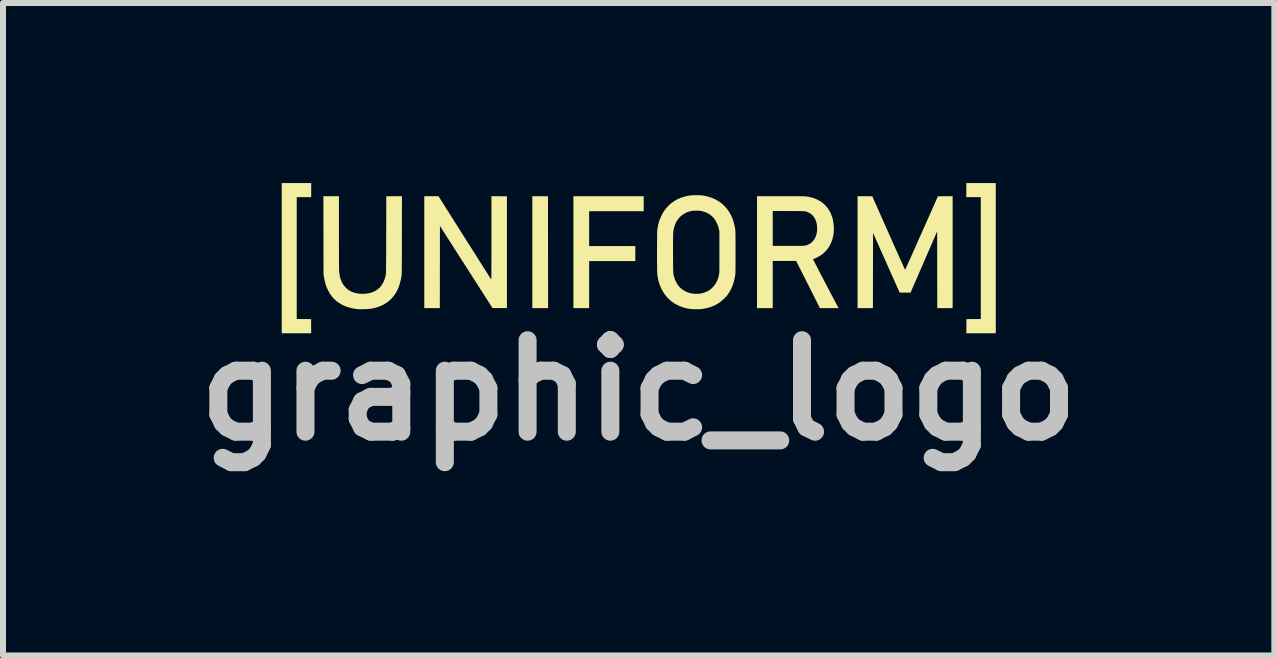
<source format=kicad_pcb>
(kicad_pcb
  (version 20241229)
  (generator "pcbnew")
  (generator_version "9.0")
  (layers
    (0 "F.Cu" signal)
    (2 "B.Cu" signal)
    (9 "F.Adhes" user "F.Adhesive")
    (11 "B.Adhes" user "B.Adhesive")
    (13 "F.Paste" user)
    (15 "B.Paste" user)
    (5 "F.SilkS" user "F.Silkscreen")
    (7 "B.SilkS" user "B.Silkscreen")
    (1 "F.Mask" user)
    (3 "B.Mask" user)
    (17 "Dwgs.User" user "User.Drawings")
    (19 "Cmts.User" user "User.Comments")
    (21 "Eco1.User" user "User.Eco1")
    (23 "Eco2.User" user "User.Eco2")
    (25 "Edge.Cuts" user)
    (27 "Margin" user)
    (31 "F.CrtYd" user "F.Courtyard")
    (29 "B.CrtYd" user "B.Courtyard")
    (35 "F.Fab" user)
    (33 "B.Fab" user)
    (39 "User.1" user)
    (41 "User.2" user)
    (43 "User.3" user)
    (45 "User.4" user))
  (footprint "graphic_logo"
    (layer "F.Cu")
    (at 7.591 1.253)
    (property "Reference" "graphic_logo" (at 0 2.2 0) (layer "Dwgs.User") (effects (font (size 1.524 1.524) (thickness 0.3))))
    (attr board_only exclude_from_pos_files exclude_from_bom)
    (fp_poly (pts (xy -1.641 -1.034) (xy -1.511 -1.033) (xy -1.51 -0.101) (xy -1.509 0.831) (xy -1.772 0.831) (xy -1.772 -1.034)) (stroke (width 0) (type solid)) (fill yes) (layer "F.SilkS"))
    (fp_poly (pts (xy -5.456 -1.019) (xy -5.697 -1.019) (xy -5.697 1.012) (xy -5.577 1.013) (xy -5.458 1.014) (xy -5.456 1.25) (xy -5.947 1.25) (xy -5.947 -1.253) (xy -5.456 -1.253)) (stroke (width 0) (type solid)) (fill yes) (layer "F.SilkS"))
    (fp_poly (pts (xy 5.95 1.25) (xy 5.459 1.25) (xy 5.461 1.014) (xy 5.58 1.013) (xy 5.7 1.012) (xy 5.7 -1.019) (xy 5.459 -1.019) (xy 5.459 -1.253) (xy 5.95 -1.253)) (stroke (width 0) (type solid)) (fill yes) (layer "F.SilkS"))
    (fp_poly (pts (xy 0.084 -0.784) (xy -0.825 -0.784) (xy -0.825 -0.203) (xy -0.056 -0.203) (xy -0.056 0.047) (xy -0.825 0.047) (xy -0.825 0.831) (xy -1.087 0.831) (xy -1.087 -1.034) (xy 0.084 -1.034)) (stroke (width 0) (type solid)) (fill yes) (layer "F.SilkS"))
    (fp_poly (pts (xy -2.195 -1.033) (xy -2.195 0.83) (xy -2.435 0.83) (xy -2.873 0.146) (xy -3.311 -0.538) (xy -3.312 0.147) (xy -3.313 0.831) (xy -3.572 0.831) (xy -3.572 -1.034) (xy -3.454 -1.034) (xy -3.335 -1.034) (xy -2.899 -0.344) (xy -2.861 -0.284) (xy -2.823 -0.225) (xy -2.787 -0.168) (xy -2.752 -0.113) (xy -2.718 -0.059) (xy -2.686 -0.008) (xy -2.655 0.041) (xy -2.626 0.087) (xy -2.599 0.13) (xy -2.574 0.17) (xy -2.55 0.206) (xy -2.529 0.239) (xy -2.511 0.268) (xy -2.495 0.294) (xy -2.481 0.315) (xy -2.471 0.331) (xy -2.463 0.343) (xy -2.459 0.35) (xy -2.458 0.352) (xy -2.457 0.352) (xy -2.457 0.35) (xy -2.456 0.347) (xy -2.456 0.341) (xy -2.456 0.333) (xy -2.455 0.322) (xy -2.455 0.309) (xy -2.455 0.293) (xy -2.454 0.273) (xy -2.454 0.25) (xy -2.454 0.224) (xy -2.454 0.193) (xy -2.454 0.158) (xy -2.454 0.119) (xy -2.454 0.076) (xy -2.453 0.028) (xy -2.453 -0.026) (xy -2.453 -0.084) (xy -2.453 -0.148) (xy -2.453 -0.218) (xy -2.453 -0.294) (xy -2.453 -0.338) (xy -2.453 -1.034)) (stroke (width 0) (type solid)) (fill yes) (layer "F.SilkS"))
    (fp_poly (pts (xy 5.231 0.831) (xy 4.975 0.831) (xy 4.974 0.192) (xy 4.973 -0.447) (xy 4.752 0.062) (xy 4.53 0.572) (xy 4.348 0.572) (xy 3.905 -0.422) (xy 3.904 0.205) (xy 3.903 0.831) (xy 3.647 0.831) (xy 3.647 -1.034) (xy 3.769 -1.034) (xy 3.892 -1.033) (xy 4.164 -0.42) (xy 4.19 -0.362) (xy 4.216 -0.304) (xy 4.24 -0.249) (xy 4.264 -0.196) (xy 4.287 -0.145) (xy 4.309 -0.096) (xy 4.329 -0.051) (xy 4.348 -0.008) (xy 4.366 0.031) (xy 4.382 0.067) (xy 4.396 0.098) (xy 4.408 0.126) (xy 4.419 0.149) (xy 4.427 0.167) (xy 4.434 0.181) (xy 4.438 0.189) (xy 4.439 0.192) (xy 4.439 0.192) (xy 4.441 0.189) (xy 4.444 0.181) (xy 4.451 0.168) (xy 4.459 0.149) (xy 4.47 0.126) (xy 4.482 0.099) (xy 4.496 0.067) (xy 4.512 0.032) (xy 4.53 -0.007) (xy 4.549 -0.05) (xy 4.569 -0.095) (xy 4.591 -0.144) (xy 4.614 -0.195) (xy 4.637 -0.248) (xy 4.662 -0.304) (xy 4.687 -0.361) (xy 4.714 -0.419) (xy 4.714 -0.42) (xy 4.986 -1.033) (xy 5.109 -1.034) (xy 5.231 -1.034)) (stroke (width 0) (type solid)) (fill yes) (layer "F.SilkS"))
    (fp_poly (pts (xy -3.945 -0.39) (xy -3.945 -0.31) (xy -3.945 -0.236) (xy -3.945 -0.168) (xy -3.945 -0.106) (xy -3.945 -0.049) (xy -3.946 0.003) (xy -3.946 0.049) (xy -3.946 0.091) (xy -3.946 0.128) (xy -3.947 0.161) (xy -3.947 0.189) (xy -3.947 0.213) (xy -3.948 0.233) (xy -3.948 0.25) (xy -3.948 0.263) (xy -3.949 0.273) (xy -3.949 0.28) (xy -3.95 0.283) (xy -3.962 0.353) (xy -3.978 0.418) (xy -3.998 0.479) (xy -4.023 0.536) (xy -4.052 0.587) (xy -4.086 0.635) (xy -4.123 0.677) (xy -4.165 0.715) (xy -4.211 0.749) (xy -4.261 0.777) (xy -4.315 0.802) (xy -4.374 0.821) (xy -4.436 0.836) (xy -4.466 0.841) (xy -4.485 0.843) (xy -4.509 0.845) (xy -4.536 0.847) (xy -4.565 0.848) (xy -4.594 0.849) (xy -4.623 0.849) (xy -4.649 0.849) (xy -4.672 0.848) (xy -4.688 0.847) (xy -4.754 0.837) (xy -4.817 0.823) (xy -4.875 0.804) (xy -4.93 0.781) (xy -4.981 0.752) (xy -5.027 0.72) (xy -5.07 0.682) (xy -5.108 0.64) (xy -5.142 0.593) (xy -5.171 0.542) (xy -5.175 0.535) (xy -5.196 0.489) (xy -5.213 0.443) (xy -5.227 0.393) (xy -5.239 0.339) (xy -5.244 0.308) (xy -5.251 0.264) (xy -5.252 -0.385) (xy -5.253 -1.034) (xy -4.994 -1.034) (xy -4.994 -0.43) (xy -4.994 -0.354) (xy -4.994 -0.281) (xy -4.994 -0.212) (xy -4.993 -0.148) (xy -4.993 -0.089) (xy -4.993 -0.034) (xy -4.993 0.016) (xy -4.993 0.06) (xy -4.992 0.1) (xy -4.992 0.134) (xy -4.992 0.162) (xy -4.991 0.185) (xy -4.991 0.202) (xy -4.991 0.212) (xy -4.991 0.215) (xy -4.984 0.269) (xy -4.975 0.318) (xy -4.961 0.363) (xy -4.943 0.404) (xy -4.921 0.441) (xy -4.894 0.475) (xy -4.87 0.5) (xy -4.838 0.526) (xy -4.804 0.547) (xy -4.766 0.564) (xy -4.725 0.577) (xy -4.68 0.586) (xy -4.641 0.591) (xy -4.593 0.593) (xy -4.545 0.59) (xy -4.499 0.583) (xy -4.455 0.572) (xy -4.415 0.557) (xy -4.394 0.547) (xy -4.356 0.523) (xy -4.323 0.496) (xy -4.294 0.464) (xy -4.268 0.427) (xy -4.247 0.386) (xy -4.23 0.34) (xy -4.216 0.29) (xy -4.214 0.278) (xy -4.213 0.275) (xy -4.212 0.271) (xy -4.212 0.266) (xy -4.211 0.26) (xy -4.211 0.252) (xy -4.21 0.243) (xy -4.21 0.232) (xy -4.21 0.219) (xy -4.209 0.204) (xy -4.209 0.186) (xy -4.209 0.164) (xy -4.209 0.14) (xy -4.208 0.112) (xy -4.208 0.081) (xy -4.208 0.045) (xy -4.208 0.005) (xy -4.208 -0.039) (xy -4.207 -0.088) (xy -4.207 -0.142) (xy -4.207 -0.201) (xy -4.207 -0.266) (xy -4.207 -0.337) (xy -4.206 -0.391) (xy -4.205 -1.033) (xy -4.074 -1.034) (xy -3.944 -1.034)) (stroke (width 0) (type solid)) (fill yes) (layer "F.SilkS"))
    (fp_poly (pts (xy 2.429 -1.034) (xy 2.489 -1.034) (xy 2.545 -1.034) (xy 2.595 -1.034) (xy 2.639 -1.034) (xy 2.678 -1.033) (xy 2.711 -1.033) (xy 2.738 -1.033) (xy 2.759 -1.032) (xy 2.774 -1.032) (xy 2.783 -1.031) (xy 2.784 -1.031) (xy 2.842 -1.022) (xy 2.898 -1.008) (xy 2.951 -0.989) (xy 3 -0.965) (xy 3.046 -0.937) (xy 3.046 -0.936) (xy 3.068 -0.92) (xy 3.091 -0.899) (xy 3.114 -0.876) (xy 3.135 -0.853) (xy 3.153 -0.831) (xy 3.156 -0.827) (xy 3.169 -0.805) (xy 3.184 -0.78) (xy 3.198 -0.753) (xy 3.21 -0.725) (xy 3.22 -0.699) (xy 3.224 -0.688) (xy 3.237 -0.638) (xy 3.246 -0.585) (xy 3.251 -0.53) (xy 3.252 -0.475) (xy 3.249 -0.421) (xy 3.241 -0.369) (xy 3.24 -0.367) (xy 3.226 -0.311) (xy 3.207 -0.259) (xy 3.182 -0.21) (xy 3.153 -0.164) (xy 3.119 -0.122) (xy 3.081 -0.085) (xy 3.039 -0.052) (xy 2.993 -0.024) (xy 2.943 -0.000099) (xy 2.934 0.003) (xy 2.922 0.008) (xy 2.912 0.012) (xy 2.906 0.015) (xy 2.905 0.016) (xy 2.906 0.019) (xy 2.91 0.027) (xy 2.917 0.04) (xy 2.925 0.057) (xy 2.936 0.078) (xy 2.949 0.103) (xy 2.964 0.131) (xy 2.98 0.162) (xy 2.997 0.196) (xy 3.016 0.232) (xy 3.035 0.269) (xy 3.056 0.308) (xy 3.077 0.348) (xy 3.098 0.389) (xy 3.119 0.43) (xy 3.141 0.471) (xy 3.162 0.512) (xy 3.183 0.551) (xy 3.203 0.59) (xy 3.222 0.626) (xy 3.241 0.661) (xy 3.258 0.694) (xy 3.274 0.724) (xy 3.288 0.75) (xy 3.3 0.774) (xy 3.311 0.793) (xy 3.319 0.808) (xy 3.321 0.812) (xy 3.332 0.831) (xy 3.176 0.831) (xy 3.02 0.831) (xy 2.822 0.437) (xy 2.623 0.044) (xy 2.429 0.044) (xy 2.234 0.044) (xy 2.234 0.831) (xy 1.972 0.831) (xy 1.972 -0.788) (xy 2.234 -0.788) (xy 2.234 -0.206) (xy 2.491 -0.206) (xy 2.538 -0.206) (xy 2.578 -0.206) (xy 2.613 -0.206) (xy 2.644 -0.206) (xy 2.669 -0.207) (xy 2.691 -0.207) (xy 2.709 -0.207) (xy 2.724 -0.207) (xy 2.737 -0.208) (xy 2.747 -0.208) (xy 2.755 -0.209) (xy 2.762 -0.21) (xy 2.768 -0.211) (xy 2.774 -0.212) (xy 2.778 -0.212) (xy 2.812 -0.222) (xy 2.845 -0.238) (xy 2.875 -0.258) (xy 2.901 -0.282) (xy 2.914 -0.297) (xy 2.935 -0.33) (xy 2.951 -0.365) (xy 2.963 -0.403) (xy 2.971 -0.444) (xy 2.974 -0.485) (xy 2.973 -0.526) (xy 2.968 -0.567) (xy 2.959 -0.606) (xy 2.945 -0.643) (xy 2.927 -0.677) (xy 2.907 -0.704) (xy 2.882 -0.729) (xy 2.852 -0.75) (xy 2.82 -0.767) (xy 2.785 -0.779) (xy 2.783 -0.78) (xy 2.778 -0.781) (xy 2.774 -0.782) (xy 2.768 -0.783) (xy 2.76 -0.783) (xy 2.751 -0.784) (xy 2.739 -0.784) (xy 2.725 -0.785) (xy 2.708 -0.785) (xy 2.687 -0.785) (xy 2.662 -0.786) (xy 2.632 -0.786) (xy 2.598 -0.786) (xy 2.558 -0.786) (xy 2.513 -0.787) (xy 2.498 -0.787) (xy 2.234 -0.788) (xy 1.972 -0.788) (xy 1.972 -1.034) (xy 2.363 -1.034)) (stroke (width 0) (type solid)) (fill yes) (layer "F.SilkS"))
    (fp_poly (pts (xy 0.991 -1.051) (xy 1.019 -1.05) (xy 1.044 -1.048) (xy 1.065 -1.046) (xy 1.07 -1.046) (xy 1.135 -1.033) (xy 1.196 -1.015) (xy 1.253 -0.993) (xy 1.307 -0.965) (xy 1.357 -0.933) (xy 1.403 -0.896) (xy 1.445 -0.854) (xy 1.483 -0.809) (xy 1.516 -0.759) (xy 1.545 -0.705) (xy 1.569 -0.647) (xy 1.588 -0.585) (xy 1.603 -0.519) (xy 1.61 -0.472) (xy 1.611 -0.465) (xy 1.611 -0.455) (xy 1.612 -0.443) (xy 1.612 -0.428) (xy 1.613 -0.409) (xy 1.613 -0.386) (xy 1.613 -0.359) (xy 1.614 -0.328) (xy 1.614 -0.292) (xy 1.614 -0.251) (xy 1.614 -0.205) (xy 1.614 -0.153) (xy 1.614 -0.097) (xy 1.614 -0.043) (xy 1.614 0.006) (xy 1.614 0.048) (xy 1.614 0.086) (xy 1.614 0.119) (xy 1.614 0.148) (xy 1.613 0.172) (xy 1.613 0.193) (xy 1.613 0.211) (xy 1.613 0.227) (xy 1.612 0.239) (xy 1.612 0.25) (xy 1.611 0.259) (xy 1.61 0.267) (xy 1.61 0.274) (xy 1.609 0.28) (xy 1.608 0.283) (xy 1.596 0.349) (xy 1.58 0.411) (xy 1.56 0.468) (xy 1.536 0.521) (xy 1.507 0.571) (xy 1.474 0.618) (xy 1.436 0.661) (xy 1.425 0.672) (xy 1.38 0.712) (xy 1.332 0.748) (xy 1.28 0.778) (xy 1.225 0.803) (xy 1.166 0.823) (xy 1.104 0.837) (xy 1.04 0.847) (xy 1.039 0.847) (xy 1.024 0.848) (xy 1.004 0.849) (xy 0.982 0.849) (xy 0.958 0.849) (xy 0.935 0.849) (xy 0.914 0.849) (xy 0.896 0.848) (xy 0.889 0.848) (xy 0.827 0.84) (xy 0.766 0.826) (xy 0.708 0.807) (xy 0.652 0.783) (xy 0.599 0.755) (xy 0.551 0.722) (xy 0.545 0.717) (xy 0.529 0.703) (xy 0.51 0.686) (xy 0.49 0.666) (xy 0.47 0.645) (xy 0.453 0.625) (xy 0.438 0.607) (xy 0.434 0.601) (xy 0.4 0.549) (xy 0.372 0.494) (xy 0.348 0.435) (xy 0.33 0.374) (xy 0.324 0.347) (xy 0.321 0.335) (xy 0.319 0.323) (xy 0.317 0.311) (xy 0.315 0.3) (xy 0.313 0.288) (xy 0.312 0.276) (xy 0.31 0.262) (xy 0.309 0.247) (xy 0.309 0.23) (xy 0.308 0.21) (xy 0.307 0.188) (xy 0.307 0.162) (xy 0.307 0.132) (xy 0.307 0.099) (xy 0.306 0.061) (xy 0.306 0.018) (xy 0.306 -0.03) (xy 0.306 -0.084) (xy 0.306 -0.1) (xy 0.306 -0.151) (xy 0.306 -0.199) (xy 0.307 -0.236) (xy 0.572 -0.236) (xy 0.572 -0.193) (xy 0.572 -0.145) (xy 0.573 -0.092) (xy 0.573 -0.072) (xy 0.573 -0.02) (xy 0.573 0.026) (xy 0.573 0.067) (xy 0.574 0.102) (xy 0.574 0.133) (xy 0.574 0.16) (xy 0.575 0.183) (xy 0.575 0.203) (xy 0.576 0.22) (xy 0.577 0.235) (xy 0.578 0.247) (xy 0.579 0.258) (xy 0.58 0.267) (xy 0.582 0.276) (xy 0.583 0.284) (xy 0.585 0.292) (xy 0.588 0.301) (xy 0.589 0.306) (xy 0.604 0.354) (xy 0.624 0.398) (xy 0.648 0.438) (xy 0.676 0.474) (xy 0.696 0.494) (xy 0.731 0.523) (xy 0.77 0.547) (xy 0.813 0.567) (xy 0.857 0.581) (xy 0.904 0.589) (xy 0.953 0.593) (xy 1.003 0.591) (xy 1.04 0.586) (xy 1.086 0.575) (xy 1.13 0.558) (xy 1.17 0.537) (xy 1.206 0.51) (xy 1.239 0.479) (xy 1.268 0.443) (xy 1.293 0.404) (xy 1.314 0.36) (xy 1.33 0.312) (xy 1.339 0.27) (xy 1.34 0.265) (xy 1.341 0.26) (xy 1.342 0.254) (xy 1.343 0.247) (xy 1.343 0.238) (xy 1.344 0.228) (xy 1.344 0.216) (xy 1.344 0.201) (xy 1.345 0.183) (xy 1.345 0.162) (xy 1.345 0.138) (xy 1.345 0.109) (xy 1.345 0.076) (xy 1.345 0.038) (xy 1.345 -0.005) (xy 1.345 -0.053) (xy 1.345 -0.105) (xy 1.345 -0.448) (xy 1.338 -0.481) (xy 1.324 -0.533) (xy 1.306 -0.58) (xy 1.283 -0.623) (xy 1.256 -0.662) (xy 1.226 -0.696) (xy 1.191 -0.725) (xy 1.152 -0.749) (xy 1.11 -0.768) (xy 1.065 -0.783) (xy 1.03 -0.79) (xy 1.005 -0.792) (xy 0.976 -0.794) (xy 0.946 -0.793) (xy 0.916 -0.792) (xy 0.887 -0.789) (xy 0.863 -0.784) (xy 0.857 -0.783) (xy 0.811 -0.769) (xy 0.769 -0.749) (xy 0.73 -0.724) (xy 0.695 -0.695) (xy 0.664 -0.661) (xy 0.637 -0.623) (xy 0.614 -0.581) (xy 0.597 -0.535) (xy 0.585 -0.49) (xy 0.583 -0.48) (xy 0.581 -0.47) (xy 0.579 -0.459) (xy 0.578 -0.447) (xy 0.576 -0.434) (xy 0.575 -0.42) (xy 0.575 -0.403) (xy 0.574 -0.384) (xy 0.573 -0.361) (xy 0.573 -0.336) (xy 0.573 -0.307) (xy 0.572 -0.274) (xy 0.572 -0.236) (xy 0.307 -0.236) (xy 0.307 -0.245) (xy 0.307 -0.287) (xy 0.307 -0.325) (xy 0.307 -0.36) (xy 0.308 -0.39) (xy 0.308 -0.415) (xy 0.308 -0.435) (xy 0.309 -0.45) (xy 0.309 -0.458) (xy 0.309 -0.459) (xy 0.318 -0.521) (xy 0.33 -0.579) (xy 0.347 -0.634) (xy 0.369 -0.688) (xy 0.377 -0.706) (xy 0.404 -0.757) (xy 0.435 -0.804) (xy 0.47 -0.847) (xy 0.506 -0.885) (xy 0.55 -0.923) (xy 0.598 -0.956) (xy 0.649 -0.985) (xy 0.703 -1.008) (xy 0.761 -1.027) (xy 0.824 -1.041) (xy 0.863 -1.047) (xy 0.882 -1.049) (xy 0.905 -1.051) (xy 0.933 -1.051) (xy 0.961 -1.051)) (stroke (width 0) (type solid)) (fill yes) (layer "F.SilkS")))
  (gr_rect
    (start -3 -3)
    (end 18.182 7.871)
    (stroke (width 0.1) (type default))
    (fill no)
    (layer "Edge.Cuts")))
</source>
